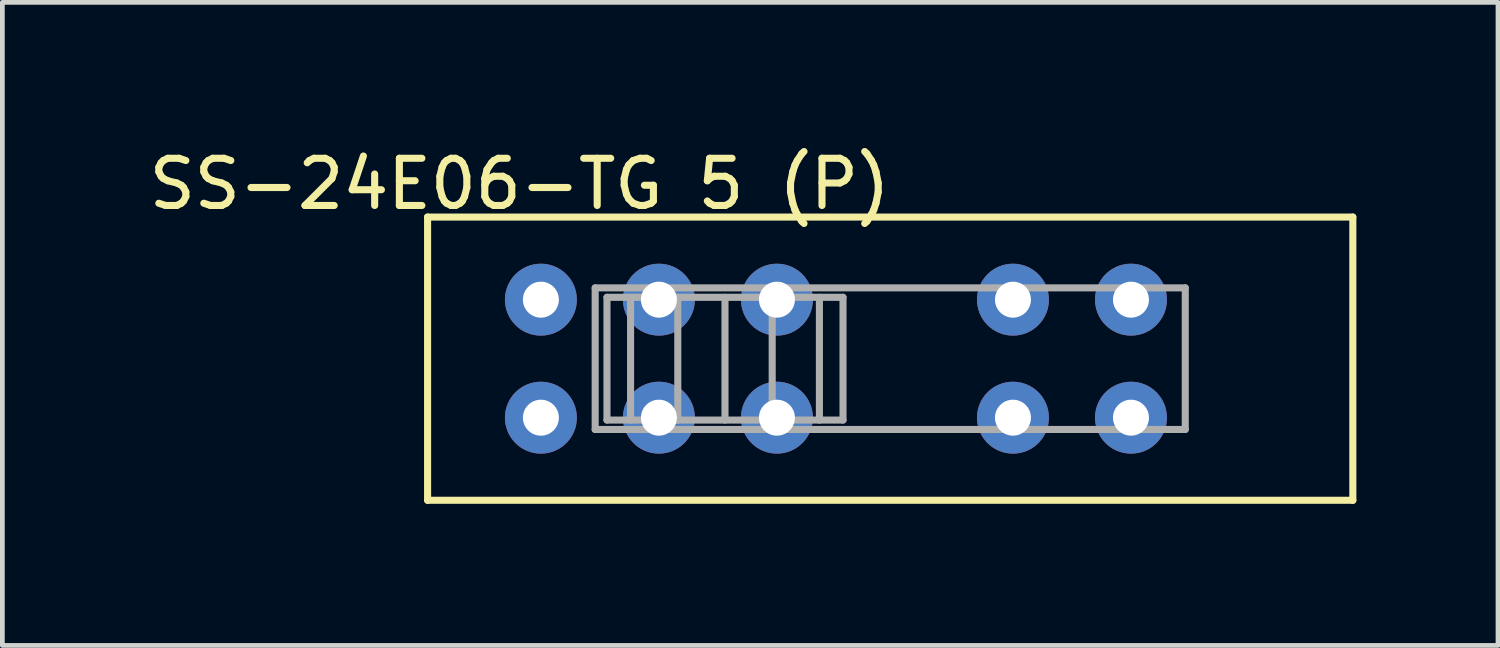
<source format=kicad_pcb>
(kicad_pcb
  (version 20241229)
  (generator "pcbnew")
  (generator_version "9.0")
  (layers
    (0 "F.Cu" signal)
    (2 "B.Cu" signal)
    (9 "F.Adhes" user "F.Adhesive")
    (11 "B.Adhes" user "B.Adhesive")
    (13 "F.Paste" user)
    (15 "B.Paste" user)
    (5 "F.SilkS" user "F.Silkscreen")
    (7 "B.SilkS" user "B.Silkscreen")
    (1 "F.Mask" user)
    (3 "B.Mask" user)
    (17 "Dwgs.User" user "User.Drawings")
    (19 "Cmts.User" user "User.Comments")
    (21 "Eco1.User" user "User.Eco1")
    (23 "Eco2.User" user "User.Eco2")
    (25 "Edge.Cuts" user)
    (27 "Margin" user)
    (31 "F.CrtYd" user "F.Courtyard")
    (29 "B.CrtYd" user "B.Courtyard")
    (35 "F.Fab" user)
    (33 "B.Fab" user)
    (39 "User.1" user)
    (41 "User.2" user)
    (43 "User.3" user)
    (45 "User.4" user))
  (footprint "SS-24E06-TG 5 (P)"
    (layer "F.Cu")
    (at 13.308 5.798)
    (property "Reference" "SS-24E06-TG 5 (P)" (at -5.35 -4.95 0) (layer "F.SilkS") (effects (font (size 1 1) (thickness 0.15))))
    (attr through_hole)
    (fp_line (start -7.3 -4.25) (end -7.3 1.75) (stroke (width 0.15) (type solid)) (layer "F.SilkS"))
    (fp_line (start -7.3 -4.25) (end 12.3 -4.25) (stroke (width 0.15) (type solid)) (layer "F.SilkS"))
    (fp_line (start 12.3 -4.25) (end 12.3 1.75) (stroke (width 0.15) (type solid)) (layer "F.SilkS"))
    (fp_line (start 12.3 1.75) (end -7.3 1.75) (stroke (width 0.15) (type solid)) (layer "F.SilkS"))
    (fp_line (start -3.75 -2.75) (end 8.75 -2.75) (stroke (width 0.15) (type solid)) (layer "F.Fab"))
    (fp_line (start -3.75 0.25) (end -3.75 -2.75) (stroke (width 0.15) (type solid)) (layer "F.Fab"))
    (fp_line (start -3.5 -2.55) (end 1.5 -2.55) (stroke (width 0.15) (type solid)) (layer "F.Fab"))
    (fp_line (start -3.5 0.05) (end -3.5 -2.55) (stroke (width 0.15) (type solid)) (layer "F.Fab"))
    (fp_line (start -3 -2.55) (end -3 0.05) (stroke (width 0.15) (type solid)) (layer "F.Fab"))
    (fp_line (start -2 -2.55) (end -2 0.05) (stroke (width 0.15) (type solid)) (layer "F.Fab"))
    (fp_line (start -1 -2.55) (end -1 0.05) (stroke (width 0.15) (type solid)) (layer "F.Fab"))
    (fp_line (start 0 -2.55) (end 0 0.05) (stroke (width 0.15) (type solid)) (layer "F.Fab"))
    (fp_line (start 1 -2.55) (end 1 0.05) (stroke (width 0.15) (type solid)) (layer "F.Fab"))
    (fp_line (start 1.5 -2.55) (end 1.5 0.05) (stroke (width 0.15) (type solid)) (layer "F.Fab"))
    (fp_line (start 1.5 0.05) (end -3.5 0.05) (stroke (width 0.15) (type solid)) (layer "F.Fab"))
    (fp_line (start 8.75 -2.75) (end 8.75 0.25) (stroke (width 0.15) (type solid)) (layer "F.Fab"))
    (fp_line (start 8.75 0.25) (end -3.75 0.25) (stroke (width 0.15) (type solid)) (layer "F.Fab"))
    (pad "1" thru_hole circle (at -4.9 0) (size 1.524 1.524) (drill 0.762) (layers "*.Cu" "*.Mask"))
    (pad "2" thru_hole circle (at -2.4 0) (size 1.524 1.524) (drill 0.762) (layers "*.Cu" "*.Mask"))
    (pad "3" thru_hole circle (at 0.1 0) (size 1.524 1.524) (drill 0.762) (layers "*.Cu" "*.Mask"))
    (pad "4" thru_hole circle (at 5.1 0) (size 1.524 1.524) (drill 0.762) (layers "*.Cu" "*.Mask"))
    (pad "5" thru_hole circle (at 7.6 0) (size 1.524 1.524) (drill 0.762) (layers "*.Cu" "*.Mask"))
    (pad "6" thru_hole circle (at -4.9 -2.5) (size 1.524 1.524) (drill 0.762) (layers "*.Cu" "*.Mask"))
    (pad "7" thru_hole circle (at -2.4 -2.5) (size 1.524 1.524) (drill 0.762) (layers "*.Cu" "*.Mask"))
    (pad "8" thru_hole circle (at 0.1 -2.5) (size 1.524 1.524) (drill 0.762) (layers "*.Cu" "*.Mask"))
    (pad "9" thru_hole circle (at 5.1 -2.5) (size 1.524 1.524) (drill 0.762) (layers "*.Cu" "*.Mask"))
    (pad "10" thru_hole circle (at 7.6 -2.5) (size 1.524 1.524) (drill 0.762) (layers "*.Cu" "*.Mask")))
  (gr_rect
    (start -3 -3)
    (end 28.683 10.623)
    (stroke (width 0.1) (type default))
    (fill no)
    (layer "Edge.Cuts")))
</source>
